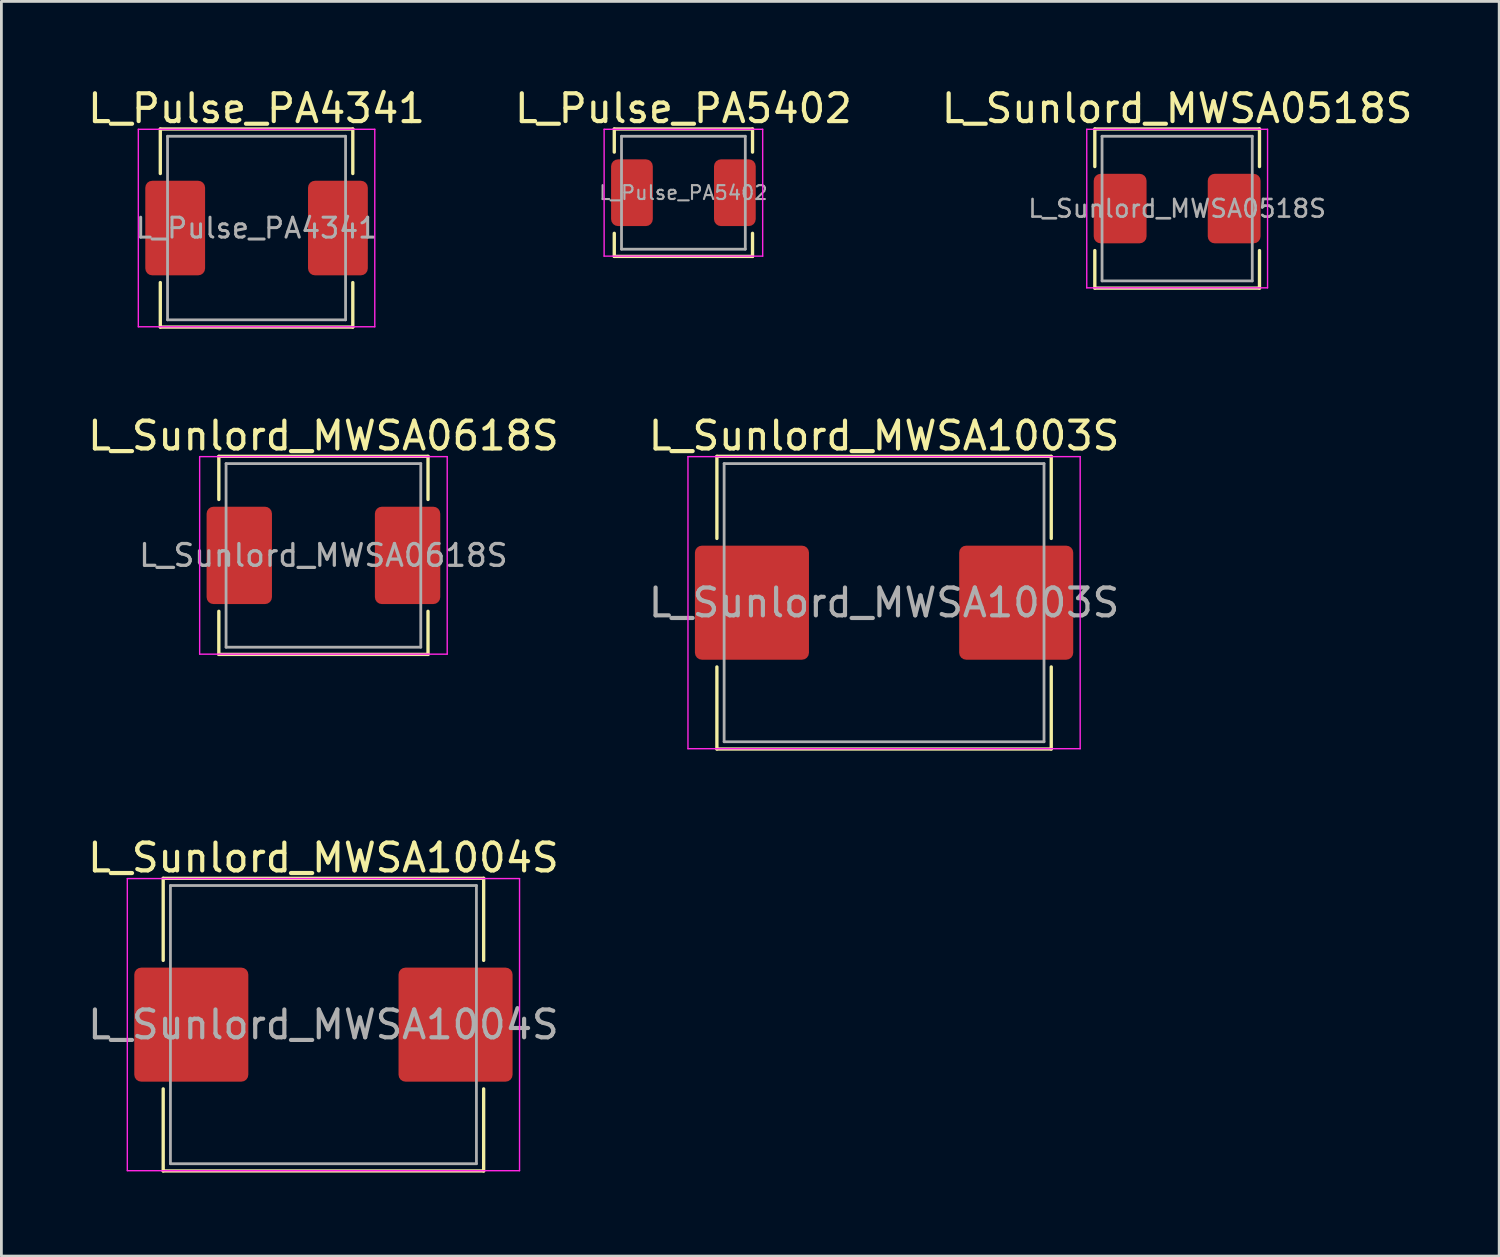
<source format=kicad_pcb>
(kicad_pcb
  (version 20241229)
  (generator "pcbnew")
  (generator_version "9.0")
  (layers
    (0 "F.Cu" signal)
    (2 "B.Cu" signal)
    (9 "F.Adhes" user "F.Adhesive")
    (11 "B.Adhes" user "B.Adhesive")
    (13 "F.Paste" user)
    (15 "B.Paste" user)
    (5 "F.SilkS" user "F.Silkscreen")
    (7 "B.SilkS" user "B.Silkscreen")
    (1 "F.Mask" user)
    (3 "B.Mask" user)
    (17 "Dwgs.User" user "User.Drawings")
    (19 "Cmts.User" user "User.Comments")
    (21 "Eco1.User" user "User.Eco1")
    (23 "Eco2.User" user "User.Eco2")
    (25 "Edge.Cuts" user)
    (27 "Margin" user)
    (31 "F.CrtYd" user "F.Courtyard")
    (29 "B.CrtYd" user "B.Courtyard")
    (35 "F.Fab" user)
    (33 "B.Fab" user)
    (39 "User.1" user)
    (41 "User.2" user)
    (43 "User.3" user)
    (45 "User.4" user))
  (footprint "L_Sunlord_MWSA1004S"
    (layer "F.Cu")
    (at 8.577 33.785)
    (property "Reference" "L_Sunlord_MWSA1004S" (at 0 -6 0) (layer "F.SilkS") (effects (font (size 1 1) (thickness 0.15))))
    (attr smd)
    (fp_line (start -5.76 -5.26) (end -5.76 -2.31) (stroke (width 0.12) (type solid)) (layer "F.SilkS"))
    (fp_line (start -5.76 -5.26) (end 5.76 -5.26) (stroke (width 0.12) (type solid)) (layer "F.SilkS"))
    (fp_line (start -5.76 5.26) (end -5.76 2.31) (stroke (width 0.12) (type solid)) (layer "F.SilkS"))
    (fp_line (start -5.76 5.26) (end 5.76 5.26) (stroke (width 0.12) (type solid)) (layer "F.SilkS"))
    (fp_line (start 5.76 -5.26) (end 5.76 -2.31) (stroke (width 0.12) (type solid)) (layer "F.SilkS"))
    (fp_line (start 5.76 5.26) (end 5.76 2.31) (stroke (width 0.12) (type solid)) (layer "F.SilkS"))
    (fp_line (start -7.05 -5.25) (end -7.05 5.25) (stroke (width 0.05) (type solid)) (layer "F.CrtYd"))
    (fp_line (start -7.05 5.25) (end 7.05 5.25) (stroke (width 0.05) (type solid)) (layer "F.CrtYd"))
    (fp_line (start 7.05 -5.25) (end -7.05 -5.25) (stroke (width 0.05) (type solid)) (layer "F.CrtYd"))
    (fp_line (start 7.05 5.25) (end 7.05 -5.25) (stroke (width 0.05) (type solid)) (layer "F.CrtYd"))
    (fp_line (start -5.5 -5) (end -5.5 5) (stroke (width 0.1) (type solid)) (layer "F.Fab"))
    (fp_line (start -5.5 5) (end 5.5 5) (stroke (width 0.1) (type solid)) (layer "F.Fab"))
    (fp_line (start 5.5 -5) (end -5.5 -5) (stroke (width 0.1) (type solid)) (layer "F.Fab"))
    (fp_line (start 5.5 5) (end 5.5 -5) (stroke (width 0.1) (type solid)) (layer "F.Fab"))
    (fp_text user "${REFERENCE}" (at 0 0 0) (layer "F.Fab") (effects (font (size 1 1) (thickness 0.15))))
    (pad "1" smd roundrect (at -4.75 0) (size 4.1 4.1) (layers "F.Cu" "F.Mask" "F.Paste") (roundrect_rratio 0.061))
    (pad "2" smd roundrect (at 4.75 0) (size 4.1 4.1) (layers "F.Cu" "F.Mask" "F.Paste") (roundrect_rratio 0.061)))
  (footprint "L_Sunlord_MWSA0618S"
    (layer "F.Cu")
    (at 8.577 16.916)
    (property "Reference" "L_Sunlord_MWSA0618S" (at 0 -4.3 0) (layer "F.SilkS") (effects (font (size 1 1) (thickness 0.15))))
    (attr smd)
    (fp_line (start -3.76 -3.56) (end -3.76 -2.01) (stroke (width 0.12) (type solid)) (layer "F.SilkS"))
    (fp_line (start -3.76 -3.56) (end 3.76 -3.56) (stroke (width 0.12) (type solid)) (layer "F.SilkS"))
    (fp_line (start -3.76 3.56) (end -3.76 2.01) (stroke (width 0.12) (type solid)) (layer "F.SilkS"))
    (fp_line (start -3.76 3.56) (end 3.76 3.56) (stroke (width 0.12) (type solid)) (layer "F.SilkS"))
    (fp_line (start 3.76 -3.56) (end 3.76 -2.01) (stroke (width 0.12) (type solid)) (layer "F.SilkS"))
    (fp_line (start 3.76 3.56) (end 3.76 2.01) (stroke (width 0.12) (type solid)) (layer "F.SilkS"))
    (fp_line (start -4.45 -3.55) (end -4.45 3.55) (stroke (width 0.05) (type solid)) (layer "F.CrtYd"))
    (fp_line (start -4.45 3.55) (end 4.45 3.55) (stroke (width 0.05) (type solid)) (layer "F.CrtYd"))
    (fp_line (start 4.45 -3.55) (end -4.45 -3.55) (stroke (width 0.05) (type solid)) (layer "F.CrtYd"))
    (fp_line (start 4.45 3.55) (end 4.45 -3.55) (stroke (width 0.05) (type solid)) (layer "F.CrtYd"))
    (fp_line (start -3.5 -3.3) (end -3.5 3.3) (stroke (width 0.1) (type solid)) (layer "F.Fab"))
    (fp_line (start -3.5 3.3) (end 3.5 3.3) (stroke (width 0.1) (type solid)) (layer "F.Fab"))
    (fp_line (start 3.5 -3.3) (end -3.5 -3.3) (stroke (width 0.1) (type solid)) (layer "F.Fab"))
    (fp_line (start 3.5 3.3) (end 3.5 -3.3) (stroke (width 0.1) (type solid)) (layer "F.Fab"))
    (fp_text user "${REFERENCE}" (at 0 0 0) (layer "F.Fab") (effects (font (size 0.783 0.783) (thickness 0.117))))
    (pad "1" smd roundrect (at -3.025 0) (size 2.35 3.5) (layers "F.Cu" "F.Mask" "F.Paste") (roundrect_rratio 0.106))
    (pad "2" smd roundrect (at 3.025 0) (size 2.35 3.5) (layers "F.Cu" "F.Mask" "F.Paste") (roundrect_rratio 0.106)))
  (footprint "L_Pulse_PA4341"
    (layer "F.Cu")
    (at 6.173 5.148)
    (property "Reference" "L_Pulse_PA4341" (at 0 -4.3 0) (layer "F.SilkS") (effects (font (size 1 1) (thickness 0.15))))
    (attr smd)
    (fp_line (start -3.46 -3.56) (end -3.46 -1.96) (stroke (width 0.12) (type solid)) (layer "F.SilkS"))
    (fp_line (start -3.46 -3.56) (end 3.46 -3.56) (stroke (width 0.12) (type solid)) (layer "F.SilkS"))
    (fp_line (start -3.46 3.56) (end -3.46 1.96) (stroke (width 0.12) (type solid)) (layer "F.SilkS"))
    (fp_line (start -3.46 3.56) (end 3.46 3.56) (stroke (width 0.12) (type solid)) (layer "F.SilkS"))
    (fp_line (start 3.46 -3.56) (end 3.46 -1.96) (stroke (width 0.12) (type solid)) (layer "F.SilkS"))
    (fp_line (start 3.46 3.56) (end 3.46 1.96) (stroke (width 0.12) (type solid)) (layer "F.SilkS"))
    (fp_line (start -4.25 -3.55) (end -4.25 3.55) (stroke (width 0.05) (type solid)) (layer "F.CrtYd"))
    (fp_line (start -4.25 3.55) (end 4.25 3.55) (stroke (width 0.05) (type solid)) (layer "F.CrtYd"))
    (fp_line (start 4.25 -3.55) (end -4.25 -3.55) (stroke (width 0.05) (type solid)) (layer "F.CrtYd"))
    (fp_line (start 4.25 3.55) (end 4.25 -3.55) (stroke (width 0.05) (type solid)) (layer "F.CrtYd"))
    (fp_line (start -3.2 -3.3) (end -3.2 3.3) (stroke (width 0.1) (type solid)) (layer "F.Fab"))
    (fp_line (start -3.2 3.3) (end 3.2 3.3) (stroke (width 0.1) (type solid)) (layer "F.Fab"))
    (fp_line (start 3.2 -3.3) (end -3.2 -3.3) (stroke (width 0.1) (type solid)) (layer "F.Fab"))
    (fp_line (start 3.2 3.3) (end 3.2 -3.3) (stroke (width 0.1) (type solid)) (layer "F.Fab"))
    (fp_text user "${REFERENCE}" (at 0 0 0) (layer "F.Fab") (effects (font (size 0.717 0.717) (thickness 0.107))))
    (pad "1" smd roundrect (at -2.925 0) (size 2.15 3.4) (layers "F.Cu" "F.Mask" "F.Paste") (roundrect_rratio 0.116))
    (pad "2" smd roundrect (at 2.925 0) (size 2.15 3.4) (layers "F.Cu" "F.Mask" "F.Paste") (roundrect_rratio 0.116)))
  (footprint "L_Sunlord_MWSA0518S"
    (layer "F.Cu")
    (at 39.268 4.448)
    (property "Reference" "L_Sunlord_MWSA0518S" (at 0 -3.6 0) (layer "F.SilkS") (effects (font (size 1 1) (thickness 0.15))))
    (attr smd)
    (fp_line (start -2.96 -2.86) (end -2.96 -1.51) (stroke (width 0.12) (type solid)) (layer "F.SilkS"))
    (fp_line (start -2.96 -2.86) (end 2.96 -2.86) (stroke (width 0.12) (type solid)) (layer "F.SilkS"))
    (fp_line (start -2.96 2.86) (end -2.96 1.51) (stroke (width 0.12) (type solid)) (layer "F.SilkS"))
    (fp_line (start -2.96 2.86) (end 2.96 2.86) (stroke (width 0.12) (type solid)) (layer "F.SilkS"))
    (fp_line (start 2.96 -2.86) (end 2.96 -1.51) (stroke (width 0.12) (type solid)) (layer "F.SilkS"))
    (fp_line (start 2.96 2.86) (end 2.96 1.51) (stroke (width 0.12) (type solid)) (layer "F.SilkS"))
    (fp_line (start -3.25 -2.85) (end -3.25 2.85) (stroke (width 0.05) (type solid)) (layer "F.CrtYd"))
    (fp_line (start -3.25 2.85) (end 3.25 2.85) (stroke (width 0.05) (type solid)) (layer "F.CrtYd"))
    (fp_line (start 3.25 -2.85) (end -3.25 -2.85) (stroke (width 0.05) (type solid)) (layer "F.CrtYd"))
    (fp_line (start 3.25 2.85) (end 3.25 -2.85) (stroke (width 0.05) (type solid)) (layer "F.CrtYd"))
    (fp_line (start -2.7 -2.6) (end -2.7 2.6) (stroke (width 0.1) (type solid)) (layer "F.Fab"))
    (fp_line (start -2.7 2.6) (end 2.7 2.6) (stroke (width 0.1) (type solid)) (layer "F.Fab"))
    (fp_line (start 2.7 -2.6) (end -2.7 -2.6) (stroke (width 0.1) (type solid)) (layer "F.Fab"))
    (fp_line (start 2.7 2.6) (end 2.7 -2.6) (stroke (width 0.1) (type solid)) (layer "F.Fab"))
    (fp_text user "${REFERENCE}" (at 0 0 0) (layer "F.Fab") (effects (font (size 0.633 0.633) (thickness 0.095))))
    (pad "1" smd roundrect (at -2.05 0) (size 1.9 2.5) (layers "F.Cu" "F.Mask" "F.Paste") (roundrect_rratio 0.132))
    (pad "2" smd roundrect (at 2.05 0) (size 1.9 2.5) (layers "F.Cu" "F.Mask" "F.Paste") (roundrect_rratio 0.132)))
  (footprint "L_Pulse_PA5402"
    (layer "F.Cu")
    (at 21.518 3.878)
    (property "Reference" "L_Pulse_PA5402" (at 0 -3.03 0) (layer "F.SilkS") (effects (font (size 1 1) (thickness 0.15))))
    (attr smd)
    (fp_line (start -2.485 -2.29) (end -2.485 -1.46) (stroke (width 0.12) (type solid)) (layer "F.SilkS"))
    (fp_line (start -2.485 -2.29) (end 2.485 -2.29) (stroke (width 0.12) (type solid)) (layer "F.SilkS"))
    (fp_line (start -2.485 2.29) (end -2.485 1.46) (stroke (width 0.12) (type solid)) (layer "F.SilkS"))
    (fp_line (start -2.485 2.29) (end 2.485 2.29) (stroke (width 0.12) (type solid)) (layer "F.SilkS"))
    (fp_line (start 2.485 -2.29) (end 2.485 -1.46) (stroke (width 0.12) (type solid)) (layer "F.SilkS"))
    (fp_line (start 2.485 2.29) (end 2.485 1.46) (stroke (width 0.12) (type solid)) (layer "F.SilkS"))
    (fp_line (start -2.85 -2.28) (end -2.85 2.28) (stroke (width 0.05) (type solid)) (layer "F.CrtYd"))
    (fp_line (start -2.85 2.28) (end 2.85 2.28) (stroke (width 0.05) (type solid)) (layer "F.CrtYd"))
    (fp_line (start 2.85 -2.28) (end -2.85 -2.28) (stroke (width 0.05) (type solid)) (layer "F.CrtYd"))
    (fp_line (start 2.85 2.28) (end 2.85 -2.28) (stroke (width 0.05) (type solid)) (layer "F.CrtYd"))
    (fp_line (start -2.225 -2.03) (end -2.225 2.03) (stroke (width 0.1) (type solid)) (layer "F.Fab"))
    (fp_line (start -2.225 2.03) (end 2.225 2.03) (stroke (width 0.1) (type solid)) (layer "F.Fab"))
    (fp_line (start 2.225 -2.03) (end -2.225 -2.03) (stroke (width 0.1) (type solid)) (layer "F.Fab"))
    (fp_line (start 2.225 2.03) (end 2.225 -2.03) (stroke (width 0.1) (type solid)) (layer "F.Fab"))
    (fp_text user "${REFERENCE}" (at 0 0 0) (layer "F.Fab") (effects (font (size 0.5 0.5) (thickness 0.075))))
    (pad "1" smd roundrect (at -1.85 0) (size 1.5 2.4) (layers "F.Cu" "F.Mask" "F.Paste") (roundrect_rratio 0.167))
    (pad "2" smd roundrect (at 1.85 0) (size 1.5 2.4) (layers "F.Cu" "F.Mask" "F.Paste") (roundrect_rratio 0.167)))
  (footprint "L_Sunlord_MWSA1003S"
    (layer "F.Cu")
    (at 28.732 18.616)
    (property "Reference" "L_Sunlord_MWSA1003S" (at 0 -6 0) (layer "F.SilkS") (effects (font (size 1 1) (thickness 0.15))))
    (attr smd)
    (fp_line (start -6.01 -5.26) (end -6.01 -2.31) (stroke (width 0.12) (type solid)) (layer "F.SilkS"))
    (fp_line (start -6.01 -5.26) (end 6.01 -5.26) (stroke (width 0.12) (type solid)) (layer "F.SilkS"))
    (fp_line (start -6.01 5.26) (end -6.01 2.31) (stroke (width 0.12) (type solid)) (layer "F.SilkS"))
    (fp_line (start -6.01 5.26) (end 6.01 5.26) (stroke (width 0.12) (type solid)) (layer "F.SilkS"))
    (fp_line (start 6.01 -5.26) (end 6.01 -2.31) (stroke (width 0.12) (type solid)) (layer "F.SilkS"))
    (fp_line (start 6.01 5.26) (end 6.01 2.31) (stroke (width 0.12) (type solid)) (layer "F.SilkS"))
    (fp_line (start -7.05 -5.25) (end -7.05 5.25) (stroke (width 0.05) (type solid)) (layer "F.CrtYd"))
    (fp_line (start -7.05 5.25) (end 7.05 5.25) (stroke (width 0.05) (type solid)) (layer "F.CrtYd"))
    (fp_line (start 7.05 -5.25) (end -7.05 -5.25) (stroke (width 0.05) (type solid)) (layer "F.CrtYd"))
    (fp_line (start 7.05 5.25) (end 7.05 -5.25) (stroke (width 0.05) (type solid)) (layer "F.CrtYd"))
    (fp_line (start -5.75 -5) (end -5.75 5) (stroke (width 0.1) (type solid)) (layer "F.Fab"))
    (fp_line (start -5.75 5) (end 5.75 5) (stroke (width 0.1) (type solid)) (layer "F.Fab"))
    (fp_line (start 5.75 -5) (end -5.75 -5) (stroke (width 0.1) (type solid)) (layer "F.Fab"))
    (fp_line (start 5.75 5) (end 5.75 -5) (stroke (width 0.1) (type solid)) (layer "F.Fab"))
    (fp_text user "${REFERENCE}" (at 0 0 0) (layer "F.Fab") (effects (font (size 1 1) (thickness 0.15))))
    (pad "1" smd roundrect (at -4.75 0) (size 4.1 4.1) (layers "F.Cu" "F.Mask" "F.Paste") (roundrect_rratio 0.061))
    (pad "2" smd roundrect (at 4.75 0) (size 4.1 4.1) (layers "F.Cu" "F.Mask" "F.Paste") (roundrect_rratio 0.061)))
  (gr_rect
    (start -3 -3)
    (end 50.845 42.105)
    (stroke (width 0.1) (type default))
    (fill no)
    (layer "Edge.Cuts")))
</source>
